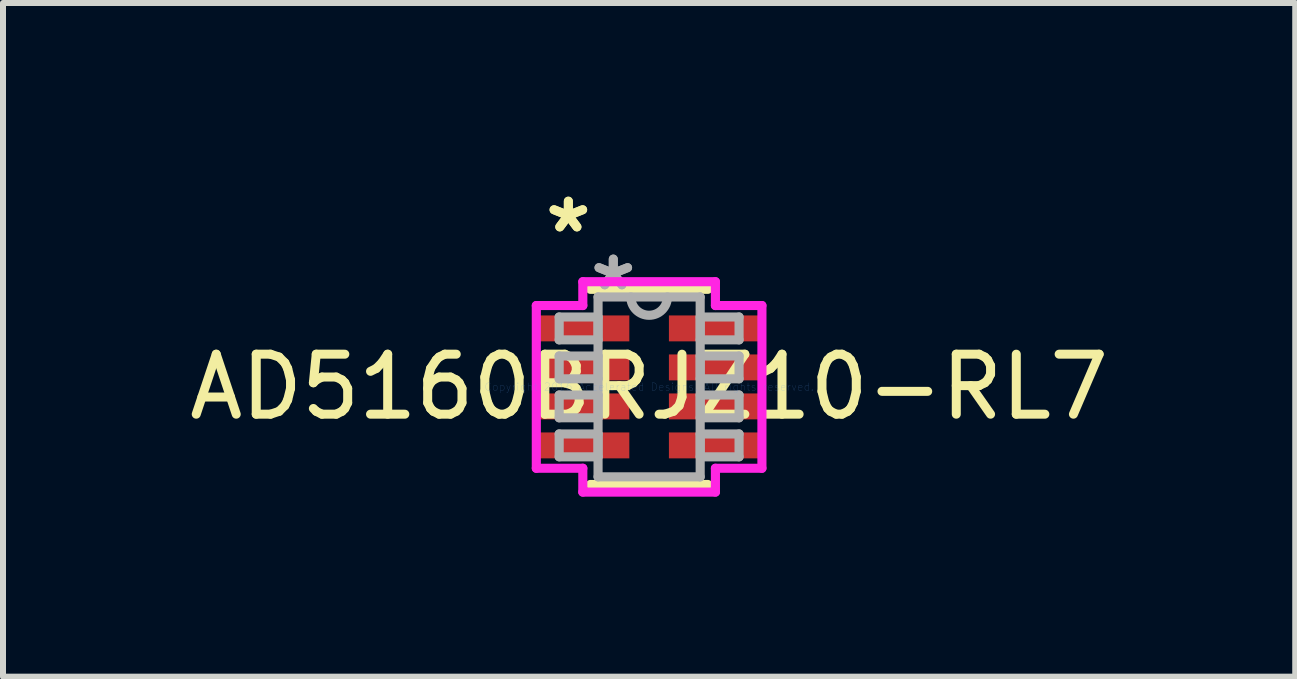
<source format=kicad_pcb>
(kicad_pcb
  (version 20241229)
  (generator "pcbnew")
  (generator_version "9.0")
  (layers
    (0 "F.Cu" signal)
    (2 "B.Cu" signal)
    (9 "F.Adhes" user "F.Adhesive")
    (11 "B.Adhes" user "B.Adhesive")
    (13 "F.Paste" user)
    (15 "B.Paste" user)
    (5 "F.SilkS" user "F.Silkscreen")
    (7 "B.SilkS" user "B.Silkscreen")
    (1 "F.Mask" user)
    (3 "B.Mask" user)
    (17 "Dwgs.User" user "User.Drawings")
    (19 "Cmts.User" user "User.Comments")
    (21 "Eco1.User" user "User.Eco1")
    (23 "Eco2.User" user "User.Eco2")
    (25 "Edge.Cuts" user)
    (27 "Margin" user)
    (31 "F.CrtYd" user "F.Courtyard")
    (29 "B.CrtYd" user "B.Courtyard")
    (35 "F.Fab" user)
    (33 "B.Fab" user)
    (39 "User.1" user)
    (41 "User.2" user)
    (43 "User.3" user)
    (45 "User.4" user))
  (footprint "AD5160BRJZ10-RL7"
    (layer "F.Cu")
    (at 7.768 3.398)
    (property "Reference" "AD5160BRJZ10-RL7" (at 0 0 0) (layer "F.SilkS") (effects (font (size 1 1) (thickness 0.15))))
    (attr through_hole)
    (fp_line (start -0.978 1.626) (end 0.978 1.626) (stroke (width 0.152) (type solid)) (layer "F.SilkS"))
    (fp_line (start 0.978 -1.626) (end -0.978 -1.626) (stroke (width 0.152) (type solid)) (layer "F.SilkS"))
    (fp_line (start -1.88 -1.356) (end -1.105 -1.356) (stroke (width 0.152) (type solid)) (layer "F.CrtYd"))
    (fp_line (start -1.88 1.356) (end -1.88 -1.356) (stroke (width 0.152) (type solid)) (layer "F.CrtYd"))
    (fp_line (start -1.105 -1.753) (end 1.105 -1.753) (stroke (width 0.152) (type solid)) (layer "F.CrtYd"))
    (fp_line (start -1.105 -1.356) (end -1.105 -1.753) (stroke (width 0.152) (type solid)) (layer "F.CrtYd"))
    (fp_line (start -1.105 1.356) (end -1.88 1.356) (stroke (width 0.152) (type solid)) (layer "F.CrtYd"))
    (fp_line (start -1.105 1.753) (end -1.105 1.356) (stroke (width 0.152) (type solid)) (layer "F.CrtYd"))
    (fp_line (start 1.105 -1.753) (end 1.105 -1.356) (stroke (width 0.152) (type solid)) (layer "F.CrtYd"))
    (fp_line (start 1.105 -1.356) (end 1.88 -1.356) (stroke (width 0.152) (type solid)) (layer "F.CrtYd"))
    (fp_line (start 1.105 1.356) (end 1.105 1.753) (stroke (width 0.152) (type solid)) (layer "F.CrtYd"))
    (fp_line (start 1.105 1.753) (end -1.105 1.753) (stroke (width 0.152) (type solid)) (layer "F.CrtYd"))
    (fp_line (start 1.88 -1.356) (end 1.88 1.356) (stroke (width 0.152) (type solid)) (layer "F.CrtYd"))
    (fp_line (start 1.88 1.356) (end 1.105 1.356) (stroke (width 0.152) (type solid)) (layer "F.CrtYd"))
    (fp_line (start -1.499 -1.165) (end -1.499 -0.784) (stroke (width 0.152) (type solid)) (layer "F.Fab"))
    (fp_line (start -1.499 -0.784) (end -0.851 -0.784) (stroke (width 0.152) (type solid)) (layer "F.Fab"))
    (fp_line (start -1.499 -0.515) (end -1.499 -0.135) (stroke (width 0.152) (type solid)) (layer "F.Fab"))
    (fp_line (start -1.499 -0.135) (end -0.851 -0.135) (stroke (width 0.152) (type solid)) (layer "F.Fab"))
    (fp_line (start -1.499 0.135) (end -1.499 0.515) (stroke (width 0.152) (type solid)) (layer "F.Fab"))
    (fp_line (start -1.499 0.515) (end -0.851 0.515) (stroke (width 0.152) (type solid)) (layer "F.Fab"))
    (fp_line (start -1.499 0.784) (end -1.499 1.165) (stroke (width 0.152) (type solid)) (layer "F.Fab"))
    (fp_line (start -1.499 1.165) (end -0.851 1.165) (stroke (width 0.152) (type solid)) (layer "F.Fab"))
    (fp_line (start -0.851 -1.499) (end -0.851 1.499) (stroke (width 0.152) (type solid)) (layer "F.Fab"))
    (fp_line (start -0.851 -1.165) (end -1.499 -1.165) (stroke (width 0.152) (type solid)) (layer "F.Fab"))
    (fp_line (start -0.851 -0.784) (end -0.851 -1.165) (stroke (width 0.152) (type solid)) (layer "F.Fab"))
    (fp_line (start -0.851 -0.515) (end -1.499 -0.515) (stroke (width 0.152) (type solid)) (layer "F.Fab"))
    (fp_line (start -0.851 -0.135) (end -0.851 -0.515) (stroke (width 0.152) (type solid)) (layer "F.Fab"))
    (fp_line (start -0.851 0.135) (end -1.499 0.135) (stroke (width 0.152) (type solid)) (layer "F.Fab"))
    (fp_line (start -0.851 0.515) (end -0.851 0.135) (stroke (width 0.152) (type solid)) (layer "F.Fab"))
    (fp_line (start -0.851 0.784) (end -1.499 0.784) (stroke (width 0.152) (type solid)) (layer "F.Fab"))
    (fp_line (start -0.851 1.165) (end -0.851 0.784) (stroke (width 0.152) (type solid)) (layer "F.Fab"))
    (fp_line (start -0.851 1.499) (end 0.851 1.499) (stroke (width 0.152) (type solid)) (layer "F.Fab"))
    (fp_line (start 0.851 -1.499) (end -0.851 -1.499) (stroke (width 0.152) (type solid)) (layer "F.Fab"))
    (fp_line (start 0.851 -1.165) (end 0.851 -0.784) (stroke (width 0.152) (type solid)) (layer "F.Fab"))
    (fp_line (start 0.851 -0.784) (end 1.499 -0.784) (stroke (width 0.152) (type solid)) (layer "F.Fab"))
    (fp_line (start 0.851 -0.515) (end 0.851 -0.135) (stroke (width 0.152) (type solid)) (layer "F.Fab"))
    (fp_line (start 0.851 -0.135) (end 1.499 -0.135) (stroke (width 0.152) (type solid)) (layer "F.Fab"))
    (fp_line (start 0.851 0.135) (end 0.851 0.515) (stroke (width 0.152) (type solid)) (layer "F.Fab"))
    (fp_line (start 0.851 0.515) (end 1.499 0.515) (stroke (width 0.152) (type solid)) (layer "F.Fab"))
    (fp_line (start 0.851 0.784) (end 0.851 1.165) (stroke (width 0.152) (type solid)) (layer "F.Fab"))
    (fp_line (start 0.851 1.165) (end 1.499 1.165) (stroke (width 0.152) (type solid)) (layer "F.Fab"))
    (fp_line (start 0.851 1.499) (end 0.851 -1.499) (stroke (width 0.152) (type solid)) (layer "F.Fab"))
    (fp_line (start 1.499 -1.165) (end 0.851 -1.165) (stroke (width 0.152) (type solid)) (layer "F.Fab"))
    (fp_line (start 1.499 -0.784) (end 1.499 -1.165) (stroke (width 0.152) (type solid)) (layer "F.Fab"))
    (fp_line (start 1.499 -0.515) (end 0.851 -0.515) (stroke (width 0.152) (type solid)) (layer "F.Fab"))
    (fp_line (start 1.499 -0.135) (end 1.499 -0.515) (stroke (width 0.152) (type solid)) (layer "F.Fab"))
    (fp_line (start 1.499 0.135) (end 0.851 0.135) (stroke (width 0.152) (type solid)) (layer "F.Fab"))
    (fp_line (start 1.499 0.515) (end 1.499 0.135) (stroke (width 0.152) (type solid)) (layer "F.Fab"))
    (fp_line (start 1.499 0.784) (end 0.851 0.784) (stroke (width 0.152) (type solid)) (layer "F.Fab"))
    (fp_line (start 1.499 1.165) (end 1.499 0.784) (stroke (width 0.152) (type solid)) (layer "F.Fab"))
    (fp_arc (start 0.3048 -1.4986) (mid 0 -1.1938) (end -0.3048 -1.4986) (stroke (width 0.1524) (type solid)) (layer "F.Fab"))
    (fp_text user "*" (at -1.346 -2.55 0) (layer "F.SilkS") (effects (font (size 1 1) (thickness 0.15))))
    (fp_text user "*" (at -1.346 -2.55 0) (layer "F.SilkS") (effects (font (size 1 1) (thickness 0.15))))
    (fp_text user "Copyright 2016 Accelerated Designs. All rights reserved." (at 0 0 0) (layer "Cmts.User") (effects (font (size 0.127 0.127) (thickness 0.002))))
    (fp_text user "*" (at -0.597 -1.585 0) (layer "F.Fab") (effects (font (size 1 1) (thickness 0.15))))
    (fp_text user "*" (at -0.597 -1.585 0) (layer "F.Fab") (effects (font (size 1 1) (thickness 0.15))))
    (pad "1" smd rect (at -1.092 -0.975) (size 1.524 0.432) (layers "F.Cu" "F.Mask" "F.Paste"))
    (pad "2" smd rect (at -1.092 -0.325) (size 1.524 0.432) (layers "F.Cu" "F.Mask" "F.Paste"))
    (pad "3" smd rect (at -1.092 0.325) (size 1.524 0.432) (layers "F.Cu" "F.Mask" "F.Paste"))
    (pad "4" smd rect (at -1.092 0.975) (size 1.524 0.432) (layers "F.Cu" "F.Mask" "F.Paste"))
    (pad "5" smd rect (at 1.092 0.975) (size 1.524 0.432) (layers "F.Cu" "F.Mask" "F.Paste"))
    (pad "6" smd rect (at 1.092 0.325) (size 1.524 0.432) (layers "F.Cu" "F.Mask" "F.Paste"))
    (pad "7" smd rect (at 1.092 -0.325) (size 1.524 0.432) (layers "F.Cu" "F.Mask" "F.Paste"))
    (pad "8" smd rect (at 1.092 -0.975) (size 1.524 0.432) (layers "F.Cu" "F.Mask" "F.Paste")))
  (gr_rect
    (start -3 -3)
    (end 18.536 8.227)
    (stroke (width 0.1) (type default))
    (fill no)
    (layer "Edge.Cuts")))
</source>
